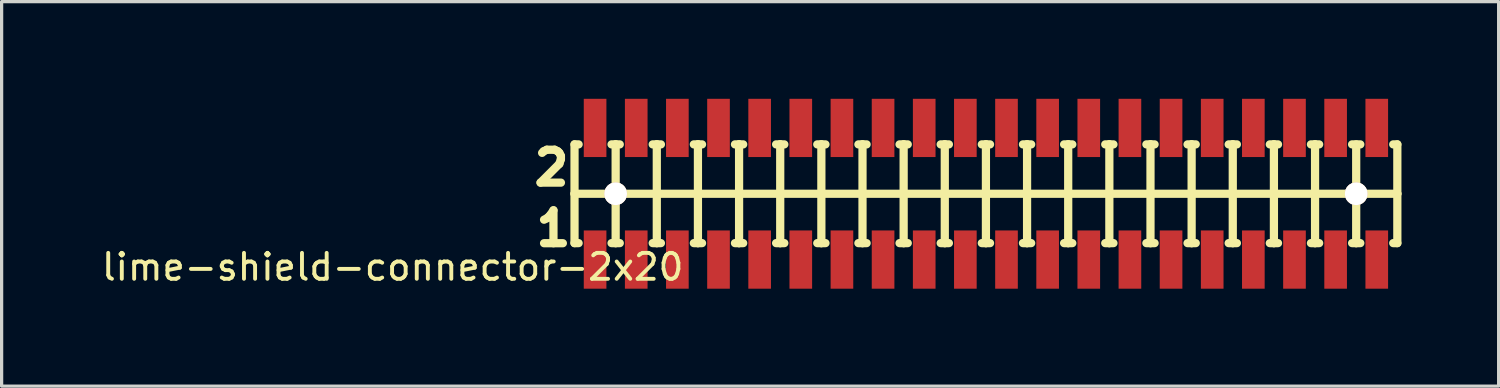
<source format=kicad_pcb>
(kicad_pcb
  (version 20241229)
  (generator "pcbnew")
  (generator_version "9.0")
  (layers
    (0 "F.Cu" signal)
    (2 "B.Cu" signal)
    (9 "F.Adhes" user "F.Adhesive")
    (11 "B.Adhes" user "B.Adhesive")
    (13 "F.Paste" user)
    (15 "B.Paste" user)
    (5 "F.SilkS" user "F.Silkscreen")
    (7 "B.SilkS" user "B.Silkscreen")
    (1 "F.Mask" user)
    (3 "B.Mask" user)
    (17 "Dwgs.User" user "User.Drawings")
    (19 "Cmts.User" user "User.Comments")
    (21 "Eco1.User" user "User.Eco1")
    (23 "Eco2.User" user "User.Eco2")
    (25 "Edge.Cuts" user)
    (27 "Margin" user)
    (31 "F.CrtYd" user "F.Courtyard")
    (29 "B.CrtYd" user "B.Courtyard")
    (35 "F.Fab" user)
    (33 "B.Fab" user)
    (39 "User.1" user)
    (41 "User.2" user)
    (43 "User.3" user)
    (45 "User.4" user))
  (footprint "lime-shield-connector-2x20"
    (layer "F.Cu")
    (at 27.385 2.931)
    (property "Reference" "lime-shield-connector-2x20" (at -18.313 2.261 0) (layer "F.SilkS") (effects (font (size 0.8 0.8) (thickness 0.12))))
    (attr smd)
    (fp_line (start -12.7 -1.524) (end -12.7 0) (stroke (width 0.254) (type solid)) (layer "F.SilkS"))
    (fp_line (start -12.7 0) (end -12.7 1.524) (stroke (width 0.254) (type solid)) (layer "F.SilkS"))
    (fp_line (start -12.7 0) (end -11.43 0) (stroke (width 0.254) (type solid)) (layer "F.SilkS"))
    (fp_line (start -12.7 1.524) (end -12.573 1.524) (stroke (width 0.254) (type solid)) (layer "F.SilkS"))
    (fp_line (start -12.573 -1.524) (end -12.7 -1.524) (stroke (width 0.254) (type solid)) (layer "F.SilkS"))
    (fp_line (start -11.778 0) (end -11.079 0) (stroke (width 0.127) (type solid)) (layer "F.SilkS"))
    (fp_line (start -11.557 -1.524) (end -11.43 -1.524) (stroke (width 0.254) (type solid)) (layer "F.SilkS"))
    (fp_line (start -11.557 1.524) (end -11.43 1.524) (stroke (width 0.254) (type solid)) (layer "F.SilkS"))
    (fp_line (start -11.43 -1.524) (end -11.303 -1.524) (stroke (width 0.254) (type solid)) (layer "F.SilkS"))
    (fp_line (start -11.43 0) (end -11.43 -1.524) (stroke (width 0.254) (type solid)) (layer "F.SilkS"))
    (fp_line (start -11.43 0) (end -10.16 0) (stroke (width 0.254) (type solid)) (layer "F.SilkS"))
    (fp_line (start -11.43 0.348) (end -11.43 -0.348) (stroke (width 0.127) (type solid)) (layer "F.SilkS"))
    (fp_line (start -11.43 1.524) (end -11.43 0) (stroke (width 0.254) (type solid)) (layer "F.SilkS"))
    (fp_line (start -11.43 1.524) (end -11.303 1.524) (stroke (width 0.254) (type solid)) (layer "F.SilkS"))
    (fp_line (start -10.287 -1.524) (end -10.16 -1.524) (stroke (width 0.254) (type solid)) (layer "F.SilkS"))
    (fp_line (start -10.287 1.524) (end -10.16 1.524) (stroke (width 0.254) (type solid)) (layer "F.SilkS"))
    (fp_line (start -10.16 -1.524) (end -10.033 -1.524) (stroke (width 0.254) (type solid)) (layer "F.SilkS"))
    (fp_line (start -10.16 0) (end -10.16 -1.524) (stroke (width 0.254) (type solid)) (layer "F.SilkS"))
    (fp_line (start -10.16 0) (end -8.89 0) (stroke (width 0.254) (type solid)) (layer "F.SilkS"))
    (fp_line (start -10.16 1.524) (end -10.16 0) (stroke (width 0.254) (type solid)) (layer "F.SilkS"))
    (fp_line (start -10.16 1.524) (end -10.033 1.524) (stroke (width 0.254) (type solid)) (layer "F.SilkS"))
    (fp_line (start -9.017 -1.524) (end -8.89 -1.524) (stroke (width 0.254) (type solid)) (layer "F.SilkS"))
    (fp_line (start -9.017 1.524) (end -8.89 1.524) (stroke (width 0.254) (type solid)) (layer "F.SilkS"))
    (fp_line (start -8.89 -1.524) (end -8.763 -1.524) (stroke (width 0.254) (type solid)) (layer "F.SilkS"))
    (fp_line (start -8.89 0) (end -8.89 -1.524) (stroke (width 0.254) (type solid)) (layer "F.SilkS"))
    (fp_line (start -8.89 0) (end -7.62 0) (stroke (width 0.254) (type solid)) (layer "F.SilkS"))
    (fp_line (start -8.89 1.524) (end -8.89 0) (stroke (width 0.254) (type solid)) (layer "F.SilkS"))
    (fp_line (start -8.89 1.524) (end -8.763 1.524) (stroke (width 0.254) (type solid)) (layer "F.SilkS"))
    (fp_line (start -7.747 -1.524) (end -7.62 -1.524) (stroke (width 0.254) (type solid)) (layer "F.SilkS"))
    (fp_line (start -7.747 1.524) (end -7.62 1.524) (stroke (width 0.254) (type solid)) (layer "F.SilkS"))
    (fp_line (start -7.62 -1.524) (end -7.493 -1.524) (stroke (width 0.254) (type solid)) (layer "F.SilkS"))
    (fp_line (start -7.62 0) (end -7.62 -1.524) (stroke (width 0.254) (type solid)) (layer "F.SilkS"))
    (fp_line (start -7.62 0) (end -6.35 0) (stroke (width 0.254) (type solid)) (layer "F.SilkS"))
    (fp_line (start -7.62 1.524) (end -7.62 0) (stroke (width 0.254) (type solid)) (layer "F.SilkS"))
    (fp_line (start -7.62 1.524) (end -7.493 1.524) (stroke (width 0.254) (type solid)) (layer "F.SilkS"))
    (fp_line (start -6.477 -1.524) (end -6.35 -1.524) (stroke (width 0.254) (type solid)) (layer "F.SilkS"))
    (fp_line (start -6.477 1.524) (end -6.35 1.524) (stroke (width 0.254) (type solid)) (layer "F.SilkS"))
    (fp_line (start -6.35 -1.524) (end -6.223 -1.524) (stroke (width 0.254) (type solid)) (layer "F.SilkS"))
    (fp_line (start -6.35 0) (end -6.35 -1.524) (stroke (width 0.254) (type solid)) (layer "F.SilkS"))
    (fp_line (start -6.35 0) (end -5.08 0) (stroke (width 0.254) (type solid)) (layer "F.SilkS"))
    (fp_line (start -6.35 1.524) (end -6.35 0) (stroke (width 0.254) (type solid)) (layer "F.SilkS"))
    (fp_line (start -6.35 1.524) (end -6.223 1.524) (stroke (width 0.254) (type solid)) (layer "F.SilkS"))
    (fp_line (start -5.207 -1.524) (end -5.08 -1.524) (stroke (width 0.254) (type solid)) (layer "F.SilkS"))
    (fp_line (start -5.207 1.524) (end -5.08 1.524) (stroke (width 0.254) (type solid)) (layer "F.SilkS"))
    (fp_line (start -5.08 -1.524) (end -4.953 -1.524) (stroke (width 0.254) (type solid)) (layer "F.SilkS"))
    (fp_line (start -5.08 0) (end -5.08 -1.524) (stroke (width 0.254) (type solid)) (layer "F.SilkS"))
    (fp_line (start -5.08 0) (end -3.81 0) (stroke (width 0.254) (type solid)) (layer "F.SilkS"))
    (fp_line (start -5.08 1.524) (end -5.08 0) (stroke (width 0.254) (type solid)) (layer "F.SilkS"))
    (fp_line (start -5.08 1.524) (end -4.953 1.524) (stroke (width 0.254) (type solid)) (layer "F.SilkS"))
    (fp_line (start -3.937 -1.524) (end -3.81 -1.524) (stroke (width 0.254) (type solid)) (layer "F.SilkS"))
    (fp_line (start -3.937 1.524) (end -3.81 1.524) (stroke (width 0.254) (type solid)) (layer "F.SilkS"))
    (fp_line (start -3.81 -1.524) (end -3.683 -1.524) (stroke (width 0.254) (type solid)) (layer "F.SilkS"))
    (fp_line (start -3.81 0) (end -3.81 -1.524) (stroke (width 0.254) (type solid)) (layer "F.SilkS"))
    (fp_line (start -3.81 0) (end -2.54 0) (stroke (width 0.254) (type solid)) (layer "F.SilkS"))
    (fp_line (start -3.81 1.524) (end -3.81 0) (stroke (width 0.254) (type solid)) (layer "F.SilkS"))
    (fp_line (start -3.81 1.524) (end -3.683 1.524) (stroke (width 0.254) (type solid)) (layer "F.SilkS"))
    (fp_line (start -2.667 -1.524) (end -2.54 -1.524) (stroke (width 0.254) (type solid)) (layer "F.SilkS"))
    (fp_line (start -2.667 1.524) (end -2.54 1.524) (stroke (width 0.254) (type solid)) (layer "F.SilkS"))
    (fp_line (start -2.54 -1.524) (end -2.413 -1.524) (stroke (width 0.254) (type solid)) (layer "F.SilkS"))
    (fp_line (start -2.54 0) (end -2.54 -1.524) (stroke (width 0.254) (type solid)) (layer "F.SilkS"))
    (fp_line (start -2.54 0) (end -1.27 0) (stroke (width 0.254) (type solid)) (layer "F.SilkS"))
    (fp_line (start -2.54 1.524) (end -2.54 0) (stroke (width 0.254) (type solid)) (layer "F.SilkS"))
    (fp_line (start -2.54 1.524) (end -2.413 1.524) (stroke (width 0.254) (type solid)) (layer "F.SilkS"))
    (fp_line (start -1.397 -1.524) (end -1.27 -1.524) (stroke (width 0.254) (type solid)) (layer "F.SilkS"))
    (fp_line (start -1.397 1.524) (end -1.27 1.524) (stroke (width 0.254) (type solid)) (layer "F.SilkS"))
    (fp_line (start -1.27 -1.524) (end -1.143 -1.524) (stroke (width 0.254) (type solid)) (layer "F.SilkS"))
    (fp_line (start -1.27 0) (end -1.27 -1.524) (stroke (width 0.254) (type solid)) (layer "F.SilkS"))
    (fp_line (start -1.27 0) (end 0 0) (stroke (width 0.254) (type solid)) (layer "F.SilkS"))
    (fp_line (start -1.27 1.524) (end -1.27 0) (stroke (width 0.254) (type solid)) (layer "F.SilkS"))
    (fp_line (start -1.27 1.524) (end -1.143 1.524) (stroke (width 0.254) (type solid)) (layer "F.SilkS"))
    (fp_line (start -0.127 -1.524) (end 0 -1.524) (stroke (width 0.254) (type solid)) (layer "F.SilkS"))
    (fp_line (start -0.127 1.524) (end 0 1.524) (stroke (width 0.254) (type solid)) (layer "F.SilkS"))
    (fp_line (start 0 -1.524) (end 0.127 -1.524) (stroke (width 0.254) (type solid)) (layer "F.SilkS"))
    (fp_line (start 0 0) (end 0 -1.524) (stroke (width 0.254) (type solid)) (layer "F.SilkS"))
    (fp_line (start 0 0) (end 1.27 0) (stroke (width 0.254) (type solid)) (layer "F.SilkS"))
    (fp_line (start 0 1.524) (end 0 0) (stroke (width 0.254) (type solid)) (layer "F.SilkS"))
    (fp_line (start 0 1.524) (end 0.127 1.524) (stroke (width 0.254) (type solid)) (layer "F.SilkS"))
    (fp_line (start 1.143 -1.524) (end 1.27 -1.524) (stroke (width 0.254) (type solid)) (layer "F.SilkS"))
    (fp_line (start 1.143 1.524) (end 1.27 1.524) (stroke (width 0.254) (type solid)) (layer "F.SilkS"))
    (fp_line (start 1.27 -1.524) (end 1.397 -1.524) (stroke (width 0.254) (type solid)) (layer "F.SilkS"))
    (fp_line (start 1.27 0) (end 1.27 -1.524) (stroke (width 0.254) (type solid)) (layer "F.SilkS"))
    (fp_line (start 1.27 0) (end 2.54 0) (stroke (width 0.254) (type solid)) (layer "F.SilkS"))
    (fp_line (start 1.27 1.524) (end 1.27 0) (stroke (width 0.254) (type solid)) (layer "F.SilkS"))
    (fp_line (start 1.27 1.524) (end 1.397 1.524) (stroke (width 0.254) (type solid)) (layer "F.SilkS"))
    (fp_line (start 2.413 -1.524) (end 2.54 -1.524) (stroke (width 0.254) (type solid)) (layer "F.SilkS"))
    (fp_line (start 2.413 1.524) (end 2.54 1.524) (stroke (width 0.254) (type solid)) (layer "F.SilkS"))
    (fp_line (start 2.54 -1.524) (end 2.667 -1.524) (stroke (width 0.254) (type solid)) (layer "F.SilkS"))
    (fp_line (start 2.54 0) (end 2.54 -1.524) (stroke (width 0.254) (type solid)) (layer "F.SilkS"))
    (fp_line (start 2.54 0) (end 3.81 0) (stroke (width 0.254) (type solid)) (layer "F.SilkS"))
    (fp_line (start 2.54 1.524) (end 2.54 0) (stroke (width 0.254) (type solid)) (layer "F.SilkS"))
    (fp_line (start 2.54 1.524) (end 2.667 1.524) (stroke (width 0.254) (type solid)) (layer "F.SilkS"))
    (fp_line (start 3.683 -1.524) (end 3.81 -1.524) (stroke (width 0.254) (type solid)) (layer "F.SilkS"))
    (fp_line (start 3.683 1.524) (end 3.81 1.524) (stroke (width 0.254) (type solid)) (layer "F.SilkS"))
    (fp_line (start 3.81 -1.524) (end 3.937 -1.524) (stroke (width 0.254) (type solid)) (layer "F.SilkS"))
    (fp_line (start 3.81 0) (end 3.81 -1.524) (stroke (width 0.254) (type solid)) (layer "F.SilkS"))
    (fp_line (start 3.81 0) (end 5.08 0) (stroke (width 0.254) (type solid)) (layer "F.SilkS"))
    (fp_line (start 3.81 1.524) (end 3.81 0) (stroke (width 0.254) (type solid)) (layer "F.SilkS"))
    (fp_line (start 3.81 1.524) (end 3.937 1.524) (stroke (width 0.254) (type solid)) (layer "F.SilkS"))
    (fp_line (start 4.953 -1.524) (end 5.08 -1.524) (stroke (width 0.254) (type solid)) (layer "F.SilkS"))
    (fp_line (start 4.953 1.524) (end 5.08 1.524) (stroke (width 0.254) (type solid)) (layer "F.SilkS"))
    (fp_line (start 5.08 -1.524) (end 5.207 -1.524) (stroke (width 0.254) (type solid)) (layer "F.SilkS"))
    (fp_line (start 5.08 0) (end 5.08 -1.524) (stroke (width 0.254) (type solid)) (layer "F.SilkS"))
    (fp_line (start 5.08 0) (end 6.35 0) (stroke (width 0.254) (type solid)) (layer "F.SilkS"))
    (fp_line (start 5.08 1.524) (end 5.08 0) (stroke (width 0.254) (type solid)) (layer "F.SilkS"))
    (fp_line (start 5.08 1.524) (end 5.207 1.524) (stroke (width 0.254) (type solid)) (layer "F.SilkS"))
    (fp_line (start 6.223 -1.524) (end 6.35 -1.524) (stroke (width 0.254) (type solid)) (layer "F.SilkS"))
    (fp_line (start 6.223 1.524) (end 6.35 1.524) (stroke (width 0.254) (type solid)) (layer "F.SilkS"))
    (fp_line (start 6.35 -1.524) (end 6.477 -1.524) (stroke (width 0.254) (type solid)) (layer "F.SilkS"))
    (fp_line (start 6.35 0) (end 6.35 -1.524) (stroke (width 0.254) (type solid)) (layer "F.SilkS"))
    (fp_line (start 6.35 0) (end 7.62 0) (stroke (width 0.254) (type solid)) (layer "F.SilkS"))
    (fp_line (start 6.35 1.524) (end 6.35 0) (stroke (width 0.254) (type solid)) (layer "F.SilkS"))
    (fp_line (start 6.35 1.524) (end 6.477 1.524) (stroke (width 0.254) (type solid)) (layer "F.SilkS"))
    (fp_line (start 7.493 -1.524) (end 7.62 -1.524) (stroke (width 0.254) (type solid)) (layer "F.SilkS"))
    (fp_line (start 7.493 1.524) (end 7.62 1.524) (stroke (width 0.254) (type solid)) (layer "F.SilkS"))
    (fp_line (start 7.62 -1.524) (end 7.747 -1.524) (stroke (width 0.254) (type solid)) (layer "F.SilkS"))
    (fp_line (start 7.62 0) (end 7.62 -1.524) (stroke (width 0.254) (type solid)) (layer "F.SilkS"))
    (fp_line (start 7.62 0) (end 8.89 0) (stroke (width 0.254) (type solid)) (layer "F.SilkS"))
    (fp_line (start 7.62 1.524) (end 7.62 0) (stroke (width 0.254) (type solid)) (layer "F.SilkS"))
    (fp_line (start 7.62 1.524) (end 7.747 1.524) (stroke (width 0.254) (type solid)) (layer "F.SilkS"))
    (fp_line (start 8.763 -1.524) (end 8.89 -1.524) (stroke (width 0.254) (type solid)) (layer "F.SilkS"))
    (fp_line (start 8.763 1.524) (end 8.89 1.524) (stroke (width 0.254) (type solid)) (layer "F.SilkS"))
    (fp_line (start 8.89 -1.524) (end 9.017 -1.524) (stroke (width 0.254) (type solid)) (layer "F.SilkS"))
    (fp_line (start 8.89 0) (end 8.89 -1.524) (stroke (width 0.254) (type solid)) (layer "F.SilkS"))
    (fp_line (start 8.89 0) (end 10.16 0) (stroke (width 0.254) (type solid)) (layer "F.SilkS"))
    (fp_line (start 8.89 1.524) (end 8.89 0) (stroke (width 0.254) (type solid)) (layer "F.SilkS"))
    (fp_line (start 8.89 1.524) (end 9.017 1.524) (stroke (width 0.254) (type solid)) (layer "F.SilkS"))
    (fp_line (start 10.033 -1.524) (end 10.16 -1.524) (stroke (width 0.254) (type solid)) (layer "F.SilkS"))
    (fp_line (start 10.033 1.524) (end 10.16 1.524) (stroke (width 0.254) (type solid)) (layer "F.SilkS"))
    (fp_line (start 10.16 -1.524) (end 10.287 -1.524) (stroke (width 0.254) (type solid)) (layer "F.SilkS"))
    (fp_line (start 10.16 0) (end 10.16 -1.524) (stroke (width 0.254) (type solid)) (layer "F.SilkS"))
    (fp_line (start 10.16 0) (end 11.43 0) (stroke (width 0.254) (type solid)) (layer "F.SilkS"))
    (fp_line (start 10.16 1.524) (end 10.16 0) (stroke (width 0.254) (type solid)) (layer "F.SilkS"))
    (fp_line (start 10.16 1.524) (end 10.287 1.524) (stroke (width 0.254) (type solid)) (layer "F.SilkS"))
    (fp_line (start 11.079 0) (end 11.778 0) (stroke (width 0.127) (type solid)) (layer "F.SilkS"))
    (fp_line (start 11.303 -1.524) (end 11.557 -1.524) (stroke (width 0.254) (type solid)) (layer "F.SilkS"))
    (fp_line (start 11.303 1.524) (end 11.43 1.524) (stroke (width 0.254) (type solid)) (layer "F.SilkS"))
    (fp_line (start 11.43 0) (end 11.43 -1.524) (stroke (width 0.254) (type solid)) (layer "F.SilkS"))
    (fp_line (start 11.43 0) (end 12.7 0) (stroke (width 0.254) (type solid)) (layer "F.SilkS"))
    (fp_line (start 11.43 0.348) (end 11.43 -0.348) (stroke (width 0.127) (type solid)) (layer "F.SilkS"))
    (fp_line (start 11.43 1.524) (end 11.43 0) (stroke (width 0.254) (type solid)) (layer "F.SilkS"))
    (fp_line (start 11.43 1.524) (end 11.557 1.524) (stroke (width 0.254) (type solid)) (layer "F.SilkS"))
    (fp_line (start 12.573 -1.524) (end 12.7 -1.524) (stroke (width 0.254) (type solid)) (layer "F.SilkS"))
    (fp_line (start 12.7 -1.524) (end 12.7 0) (stroke (width 0.254) (type solid)) (layer "F.SilkS"))
    (fp_line (start 12.7 0) (end 12.7 1.524) (stroke (width 0.254) (type solid)) (layer "F.SilkS"))
    (fp_line (start 12.7 1.524) (end 12.573 1.524) (stroke (width 0.254) (type solid)) (layer "F.SilkS"))
    (fp_circle (center -11.43 0) (end -11.603 0.173) (stroke (width 0.127) (type solid)) (fill no) (layer "F.SilkS"))
    (fp_circle (center 11.43 0) (end 11.603 0.173) (stroke (width 0.127) (type solid)) (fill no) (layer "F.SilkS"))
    (fp_line (start -12.573 -1.524) (end -11.557 -1.524) (stroke (width 0.254) (type solid)) (layer "Eco1.User"))
    (fp_line (start -12.573 1.524) (end -11.557 1.524) (stroke (width 0.254) (type solid)) (layer "Eco1.User"))
    (fp_line (start -11.303 -1.524) (end -10.287 -1.524) (stroke (width 0.254) (type solid)) (layer "Eco1.User"))
    (fp_line (start -11.303 1.524) (end -10.287 1.524) (stroke (width 0.254) (type solid)) (layer "Eco1.User"))
    (fp_line (start -10.033 -1.524) (end -9.017 -1.524) (stroke (width 0.254) (type solid)) (layer "Eco1.User"))
    (fp_line (start -10.033 1.524) (end -9.017 1.524) (stroke (width 0.254) (type solid)) (layer "Eco1.User"))
    (fp_line (start -8.763 -1.524) (end -7.747 -1.524) (stroke (width 0.254) (type solid)) (layer "Eco1.User"))
    (fp_line (start -8.763 1.524) (end -7.747 1.524) (stroke (width 0.254) (type solid)) (layer "Eco1.User"))
    (fp_line (start -7.493 -1.524) (end -6.477 -1.524) (stroke (width 0.254) (type solid)) (layer "Eco1.User"))
    (fp_line (start -7.493 1.524) (end -6.477 1.524) (stroke (width 0.254) (type solid)) (layer "Eco1.User"))
    (fp_line (start -6.223 -1.524) (end -5.207 -1.524) (stroke (width 0.254) (type solid)) (layer "Eco1.User"))
    (fp_line (start -6.223 1.524) (end -5.207 1.524) (stroke (width 0.254) (type solid)) (layer "Eco1.User"))
    (fp_line (start -4.953 -1.524) (end -3.937 -1.524) (stroke (width 0.254) (type solid)) (layer "Eco1.User"))
    (fp_line (start -4.953 1.524) (end -3.937 1.524) (stroke (width 0.254) (type solid)) (layer "Eco1.User"))
    (fp_line (start -3.683 -1.524) (end -2.667 -1.524) (stroke (width 0.254) (type solid)) (layer "Eco1.User"))
    (fp_line (start -3.683 1.524) (end -2.667 1.524) (stroke (width 0.254) (type solid)) (layer "Eco1.User"))
    (fp_line (start -2.413 -1.524) (end -1.397 -1.524) (stroke (width 0.254) (type solid)) (layer "Eco1.User"))
    (fp_line (start -2.413 1.524) (end -1.397 1.524) (stroke (width 0.254) (type solid)) (layer "Eco1.User"))
    (fp_line (start -1.143 -1.524) (end -0.127 -1.524) (stroke (width 0.254) (type solid)) (layer "Eco1.User"))
    (fp_line (start -1.143 1.524) (end -0.127 1.524) (stroke (width 0.254) (type solid)) (layer "Eco1.User"))
    (fp_line (start 0.127 -1.524) (end 1.143 -1.524) (stroke (width 0.254) (type solid)) (layer "Eco1.User"))
    (fp_line (start 0.127 1.524) (end 1.143 1.524) (stroke (width 0.254) (type solid)) (layer "Eco1.User"))
    (fp_line (start 1.397 -1.524) (end 2.413 -1.524) (stroke (width 0.254) (type solid)) (layer "Eco1.User"))
    (fp_line (start 1.397 1.524) (end 2.413 1.524) (stroke (width 0.254) (type solid)) (layer "Eco1.User"))
    (fp_line (start 2.667 -1.524) (end 3.683 -1.524) (stroke (width 0.254) (type solid)) (layer "Eco1.User"))
    (fp_line (start 2.667 1.524) (end 3.683 1.524) (stroke (width 0.254) (type solid)) (layer "Eco1.User"))
    (fp_line (start 3.937 -1.524) (end 4.953 -1.524) (stroke (width 0.254) (type solid)) (layer "Eco1.User"))
    (fp_line (start 3.937 1.524) (end 4.953 1.524) (stroke (width 0.254) (type solid)) (layer "Eco1.User"))
    (fp_line (start 5.207 -1.524) (end 6.223 -1.524) (stroke (width 0.254) (type solid)) (layer "Eco1.User"))
    (fp_line (start 5.207 1.524) (end 6.223 1.524) (stroke (width 0.254) (type solid)) (layer "Eco1.User"))
    (fp_line (start 6.477 -1.524) (end 7.493 -1.524) (stroke (width 0.254) (type solid)) (layer "Eco1.User"))
    (fp_line (start 6.477 1.524) (end 7.493 1.524) (stroke (width 0.254) (type solid)) (layer "Eco1.User"))
    (fp_line (start 7.747 -1.524) (end 8.763 -1.524) (stroke (width 0.254) (type solid)) (layer "Eco1.User"))
    (fp_line (start 7.747 1.524) (end 8.763 1.524) (stroke (width 0.254) (type solid)) (layer "Eco1.User"))
    (fp_line (start 9.017 -1.524) (end 10.033 -1.524) (stroke (width 0.254) (type solid)) (layer "Eco1.User"))
    (fp_line (start 9.017 1.524) (end 10.033 1.524) (stroke (width 0.254) (type solid)) (layer "Eco1.User"))
    (fp_line (start 10.287 -1.524) (end 11.303 -1.524) (stroke (width 0.254) (type solid)) (layer "Eco1.User"))
    (fp_line (start 10.287 1.524) (end 11.303 1.524) (stroke (width 0.254) (type solid)) (layer "Eco1.User"))
    (fp_line (start 11.557 -1.524) (end 12.573 -1.524) (stroke (width 0.254) (type solid)) (layer "Eco1.User"))
    (fp_line (start 11.557 1.524) (end 12.573 1.524) (stroke (width 0.254) (type solid)) (layer "Eco1.User"))
    (fp_text user "2" (at -13.41 -0.8 0) (layer "F.SilkS") (effects (font (size 1.016 1.016) (thickness 0.254))))
    (fp_text user "1" (at -13.35 1.07 0) (layer "F.SilkS") (effects (font (size 1.016 1.016) (thickness 0.254))))
    (pad "" np_thru_hole circle (at -11.43 0) (size 0.7 0.7) (drill 0.7) (layers "*.Cu" "*.SilkS" "*.Mask"))
    (pad "" np_thru_hole circle (at 11.43 0) (size 0.7 0.7) (drill 0.7) (layers "*.Cu" "*.SilkS" "*.Mask"))
    (pad "1" smd rect (at -12.065 2.032 90) (size 1.798 0.699) (layers "F.Cu" "F.Mask" "F.Paste"))
    (pad "2" smd rect (at -12.065 -2.032 90) (size 1.798 0.699) (layers "F.Cu" "F.Mask" "F.Paste"))
    (pad "3" smd rect (at -10.795 2.032 90) (size 1.798 0.699) (layers "F.Cu" "F.Mask" "F.Paste"))
    (pad "4" smd rect (at -10.795 -2.032 90) (size 1.798 0.699) (layers "F.Cu" "F.Mask" "F.Paste"))
    (pad "5" smd rect (at -9.525 2.032 90) (size 1.798 0.699) (layers "F.Cu" "F.Mask" "F.Paste"))
    (pad "6" smd rect (at -9.525 -2.032 90) (size 1.798 0.699) (layers "F.Cu" "F.Mask" "F.Paste"))
    (pad "7" smd rect (at -8.255 2.032 90) (size 1.798 0.699) (layers "F.Cu" "F.Mask" "F.Paste"))
    (pad "8" smd rect (at -8.255 -2.032 90) (size 1.798 0.699) (layers "F.Cu" "F.Mask" "F.Paste"))
    (pad "9" smd rect (at -6.985 2.032 90) (size 1.798 0.699) (layers "F.Cu" "F.Mask" "F.Paste"))
    (pad "10" smd rect (at -6.985 -2.032 90) (size 1.798 0.699) (layers "F.Cu" "F.Mask" "F.Paste"))
    (pad "11" smd rect (at -5.715 2.032 90) (size 1.798 0.699) (layers "F.Cu" "F.Mask" "F.Paste"))
    (pad "12" smd rect (at -5.715 -2.032 90) (size 1.798 0.699) (layers "F.Cu" "F.Mask" "F.Paste"))
    (pad "13" smd rect (at -4.445 2.032 90) (size 1.798 0.699) (layers "F.Cu" "F.Mask" "F.Paste"))
    (pad "14" smd rect (at -4.445 -2.032 90) (size 1.798 0.699) (layers "F.Cu" "F.Mask" "F.Paste"))
    (pad "15" smd rect (at -3.175 2.032 90) (size 1.798 0.699) (layers "F.Cu" "F.Mask" "F.Paste"))
    (pad "16" smd rect (at -3.175 -2.032 90) (size 1.798 0.699) (layers "F.Cu" "F.Mask" "F.Paste"))
    (pad "17" smd rect (at -1.905 2.032 90) (size 1.798 0.699) (layers "F.Cu" "F.Mask" "F.Paste"))
    (pad "18" smd rect (at -1.905 -2.032 90) (size 1.798 0.699) (layers "F.Cu" "F.Mask" "F.Paste"))
    (pad "19" smd rect (at -0.635 2.032 90) (size 1.798 0.699) (layers "F.Cu" "F.Mask" "F.Paste"))
    (pad "20" smd rect (at -0.635 -2.032 90) (size 1.798 0.699) (layers "F.Cu" "F.Mask" "F.Paste"))
    (pad "21" smd rect (at 0.635 2.032 90) (size 1.798 0.699) (layers "F.Cu" "F.Mask" "F.Paste"))
    (pad "22" smd rect (at 0.635 -2.032 90) (size 1.798 0.699) (layers "F.Cu" "F.Mask" "F.Paste"))
    (pad "23" smd rect (at 1.905 2.032 90) (size 1.798 0.699) (layers "F.Cu" "F.Mask" "F.Paste"))
    (pad "24" smd rect (at 1.905 -2.032 90) (size 1.798 0.699) (layers "F.Cu" "F.Mask" "F.Paste"))
    (pad "25" smd rect (at 3.175 2.032 90) (size 1.798 0.699) (layers "F.Cu" "F.Mask" "F.Paste"))
    (pad "26" smd rect (at 3.175 -2.032 90) (size 1.798 0.699) (layers "F.Cu" "F.Mask" "F.Paste"))
    (pad "27" smd rect (at 4.445 2.032 90) (size 1.798 0.699) (layers "F.Cu" "F.Mask" "F.Paste"))
    (pad "28" smd rect (at 4.445 -2.032 90) (size 1.798 0.699) (layers "F.Cu" "F.Mask" "F.Paste"))
    (pad "29" smd rect (at 5.715 2.032 90) (size 1.798 0.699) (layers "F.Cu" "F.Mask" "F.Paste"))
    (pad "30" smd rect (at 5.715 -2.032 90) (size 1.798 0.699) (layers "F.Cu" "F.Mask" "F.Paste"))
    (pad "31" smd rect (at 6.985 2.032 90) (size 1.798 0.699) (layers "F.Cu" "F.Mask" "F.Paste"))
    (pad "32" smd rect (at 6.985 -2.032 90) (size 1.798 0.699) (layers "F.Cu" "F.Mask" "F.Paste"))
    (pad "33" smd rect (at 8.255 2.032 90) (size 1.798 0.699) (layers "F.Cu" "F.Mask" "F.Paste"))
    (pad "34" smd rect (at 8.255 -2.032 90) (size 1.798 0.699) (layers "F.Cu" "F.Mask" "F.Paste"))
    (pad "35" smd rect (at 9.525 2.032 90) (size 1.798 0.699) (layers "F.Cu" "F.Mask" "F.Paste"))
    (pad "36" smd rect (at 9.525 -2.032 90) (size 1.798 0.699) (layers "F.Cu" "F.Mask" "F.Paste"))
    (pad "37" smd rect (at 10.795 2.032 90) (size 1.798 0.699) (layers "F.Cu" "F.Mask" "F.Paste"))
    (pad "38" smd rect (at 10.795 -2.032 90) (size 1.798 0.699) (layers "F.Cu" "F.Mask" "F.Paste"))
    (pad "39" smd rect (at 12.065 2.032 90) (size 1.798 0.699) (layers "F.Cu" "F.Mask" "F.Paste"))
    (pad "40" smd rect (at 12.065 -2.032 90) (size 1.798 0.699) (layers "F.Cu" "F.Mask" "F.Paste")))
  (gr_rect
    (start -3 -3)
    (end 43.212 8.87)
    (stroke (width 0.1) (type default))
    (fill no)
    (layer "Edge.Cuts")))
</source>
